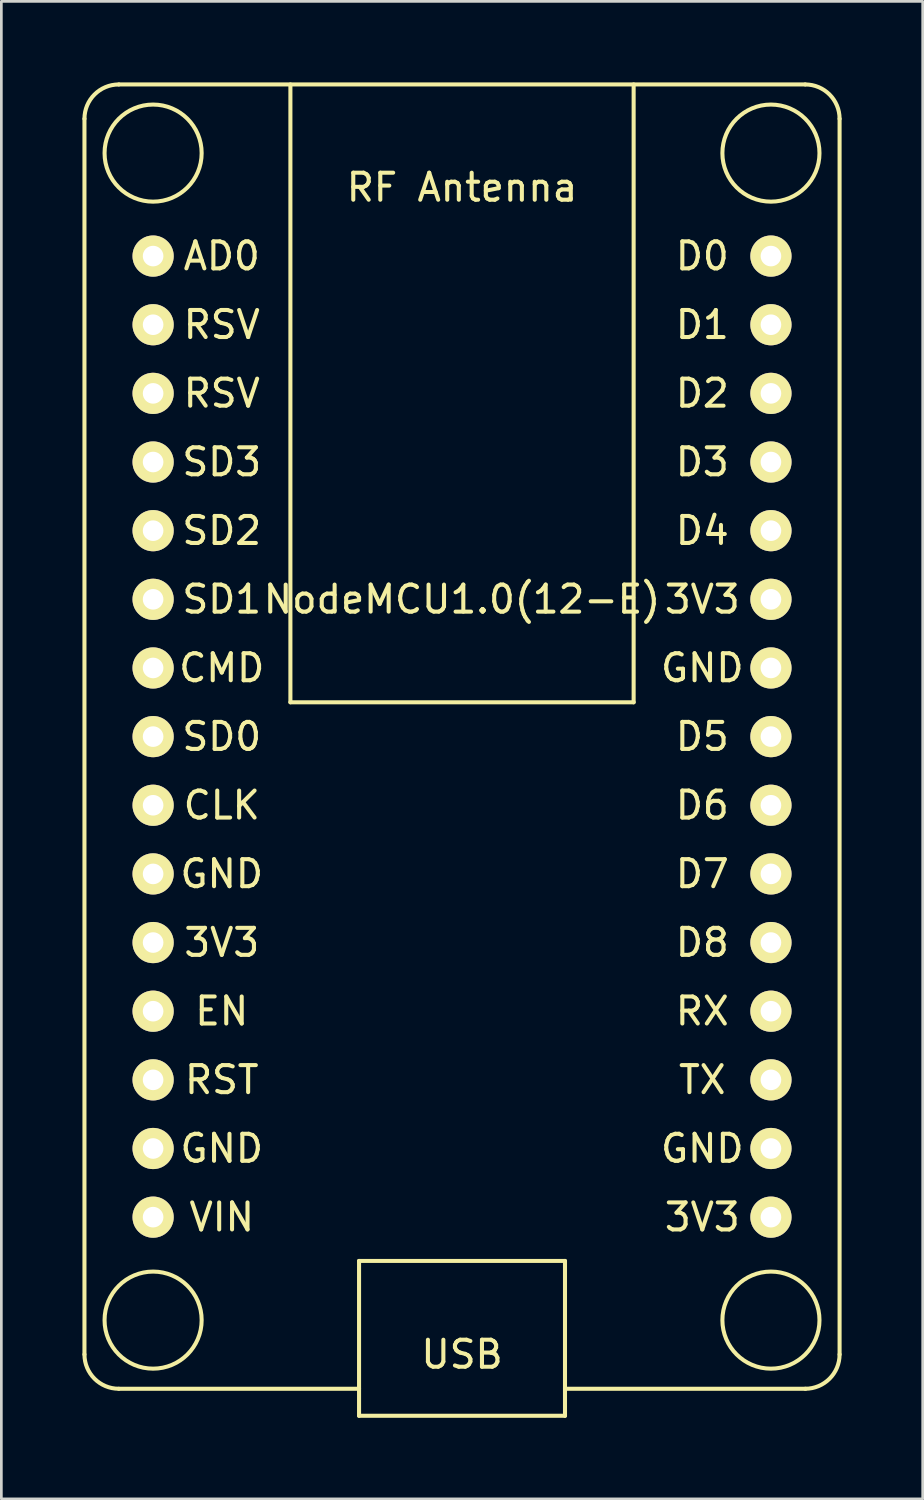
<source format=kicad_pcb>
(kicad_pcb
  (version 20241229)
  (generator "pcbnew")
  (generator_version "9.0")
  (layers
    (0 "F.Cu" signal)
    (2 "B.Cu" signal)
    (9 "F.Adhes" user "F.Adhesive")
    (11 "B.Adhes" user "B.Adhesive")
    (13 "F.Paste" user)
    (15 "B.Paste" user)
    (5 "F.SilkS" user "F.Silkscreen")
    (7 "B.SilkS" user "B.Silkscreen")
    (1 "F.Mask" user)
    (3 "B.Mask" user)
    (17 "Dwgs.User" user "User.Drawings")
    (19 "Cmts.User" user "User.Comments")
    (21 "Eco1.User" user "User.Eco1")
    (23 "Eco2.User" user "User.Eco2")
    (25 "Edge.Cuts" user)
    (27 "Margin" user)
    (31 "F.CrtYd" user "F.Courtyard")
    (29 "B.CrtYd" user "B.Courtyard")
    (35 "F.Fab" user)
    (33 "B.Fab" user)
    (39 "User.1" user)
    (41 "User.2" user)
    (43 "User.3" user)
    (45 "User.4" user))
  (footprint "NodeMCU1.0(12-E)"
    (layer "F.Cu")
    (at 12.775 24.205)
    (property "Reference" "NodeMCU1.0(12-E)" (at 1.27 -5.08 0) (layer "F.SilkS") (effects (font (size 1 1) (thickness 0.15))))
    (attr through_hole)
    (fp_line (start -12.7 -22.86) (end -12.7 22.86) (stroke (width 0.15) (type solid)) (layer "F.SilkS"))
    (fp_line (start -5.08 -1.27) (end -5.08 -24.13) (stroke (width 0.15) (type solid)) (layer "F.SilkS"))
    (fp_line (start -2.54 19.4) (end 5.08 19.4) (stroke (width 0.15) (type solid)) (layer "F.SilkS"))
    (fp_line (start -2.54 24.13) (end -11.43 24.13) (stroke (width 0.15) (type solid)) (layer "F.SilkS"))
    (fp_line (start -2.54 25.13) (end -2.54 19.4) (stroke (width 0.15) (type solid)) (layer "F.SilkS"))
    (fp_line (start 5.08 19.4) (end 5.08 25.13) (stroke (width 0.15) (type solid)) (layer "F.SilkS"))
    (fp_line (start 5.08 25.13) (end -2.54 25.13) (stroke (width 0.15) (type solid)) (layer "F.SilkS"))
    (fp_line (start 7.62 -24.13) (end 7.62 -1.27) (stroke (width 0.15) (type solid)) (layer "F.SilkS"))
    (fp_line (start 7.62 -1.27) (end -5.08 -1.27) (stroke (width 0.15) (type solid)) (layer "F.SilkS"))
    (fp_line (start 13.97 -24.13) (end -11.43 -24.13) (stroke (width 0.15) (type solid)) (layer "F.SilkS"))
    (fp_line (start 13.98 24.13) (end 5.08 24.13) (stroke (width 0.15) (type solid)) (layer "F.SilkS"))
    (fp_line (start 15.24 -22.86) (end 15.24 22.86) (stroke (width 0.15) (type solid)) (layer "F.SilkS"))
    (fp_arc (start -12.7 -22.86) (mid -12.328026 -23.758026) (end -11.43 -24.13) (stroke (width 0.15) (type solid)) (layer "F.SilkS"))
    (fp_arc (start -11.43 24.13) (mid -12.328026 23.758026) (end -12.7 22.86) (stroke (width 0.15) (type solid)) (layer "F.SilkS"))
    (fp_arc (start 13.97 -24.13) (mid 14.868026 -23.758026) (end 15.24 -22.86) (stroke (width 0.15) (type solid)) (layer "F.SilkS"))
    (fp_arc (start 15.24 22.86) (mid 14.868026 23.758026) (end 13.97 24.13) (stroke (width 0.15) (type solid)) (layer "F.SilkS"))
    (fp_circle (center -10.16 -21.59) (end -8.89 -22.86) (stroke (width 0.15) (type solid)) (fill no) (layer "F.SilkS"))
    (fp_circle (center -10.16 21.59) (end -8.89 20.32) (stroke (width 0.15) (type solid)) (fill no) (layer "F.SilkS"))
    (fp_circle (center 12.7 -21.59) (end 13.97 -22.86) (stroke (width 0.15) (type solid)) (fill no) (layer "F.SilkS"))
    (fp_circle (center 12.7 21.59) (end 13.97 20.32) (stroke (width 0.15) (type solid)) (fill no) (layer "F.SilkS"))
    (fp_text user "RST" (at -7.62 12.7 0) (layer "F.SilkS") (effects (font (size 1 1) (thickness 0.15))))
    (fp_text user "D5" (at 10.16 0 0) (layer "F.SilkS") (effects (font (size 1 1) (thickness 0.15))))
    (fp_text user "3V3" (at -7.62 7.62 0) (layer "F.SilkS") (effects (font (size 1 1) (thickness 0.15))))
    (fp_text user "RSV" (at -7.62 -12.7 0) (layer "F.SilkS") (effects (font (size 1 1) (thickness 0.15))))
    (fp_text user "RF Antenna" (at 1.27 -20.32 0) (layer "F.SilkS") (effects (font (size 1 1) (thickness 0.15))))
    (fp_text user "GND" (at -7.62 15.24 0) (layer "F.SilkS") (effects (font (size 1 1) (thickness 0.15))))
    (fp_text user "GND" (at 10.16 -2.54 0) (layer "F.SilkS") (effects (font (size 1 1) (thickness 0.15))))
    (fp_text user "D6" (at 10.16 2.54 0) (layer "F.SilkS") (effects (font (size 1 1) (thickness 0.15))))
    (fp_text user "D8" (at 10.16 7.62 0) (layer "F.SilkS") (effects (font (size 1 1) (thickness 0.15))))
    (fp_text user "RSV" (at -7.62 -15.24 0) (layer "F.SilkS") (effects (font (size 1 1) (thickness 0.15))))
    (fp_text user "CMD" (at -7.62 -2.54 0) (layer "F.SilkS") (effects (font (size 1 1) (thickness 0.15))))
    (fp_text user "VIN" (at -7.62 17.78 0) (layer "F.SilkS") (effects (font (size 1 1) (thickness 0.15))))
    (fp_text user "D2" (at 10.16 -12.7 0) (layer "F.SilkS") (effects (font (size 1 1) (thickness 0.15))))
    (fp_text user "D0" (at 10.16 -17.78 0) (layer "F.SilkS") (effects (font (size 1 1) (thickness 0.15))))
    (fp_text user "SD1" (at -7.62 -5.08 0) (layer "F.SilkS") (effects (font (size 1 1) (thickness 0.15))))
    (fp_text user "GND" (at 10.16 15.24 0) (layer "F.SilkS") (effects (font (size 1 1) (thickness 0.15))))
    (fp_text user "SD0" (at -7.62 0 0) (layer "F.SilkS") (effects (font (size 1 1) (thickness 0.15))))
    (fp_text user "SD2" (at -7.62 -7.62 0) (layer "F.SilkS") (effects (font (size 1 1) (thickness 0.15))))
    (fp_text user "EN" (at -7.62 10.16 0) (layer "F.SilkS") (effects (font (size 1 1) (thickness 0.15))))
    (fp_text user "D3" (at 10.16 -10.16 0) (layer "F.SilkS") (effects (font (size 1 1) (thickness 0.15))))
    (fp_text user "TX" (at 10.16 12.7 0) (layer "F.SilkS") (effects (font (size 1 1) (thickness 0.15))))
    (fp_text user "D7" (at 10.16 5.08 0) (layer "F.SilkS") (effects (font (size 1 1) (thickness 0.15))))
    (fp_text user "D4" (at 10.16 -7.62 0) (layer "F.SilkS") (effects (font (size 1 1) (thickness 0.15))))
    (fp_text user "CLK" (at -7.62 2.54 0) (layer "F.SilkS") (effects (font (size 1 1) (thickness 0.15))))
    (fp_text user "AD0" (at -7.62 -17.78 0) (layer "F.SilkS") (effects (font (size 1 1) (thickness 0.15))))
    (fp_text user "3V3" (at 10.16 17.78 0) (layer "F.SilkS") (effects (font (size 1 1) (thickness 0.15))))
    (fp_text user "RX" (at 10.16 10.16 0) (layer "F.SilkS") (effects (font (size 1 1) (thickness 0.15))))
    (fp_text user "SD3" (at -7.62 -10.16 0) (layer "F.SilkS") (effects (font (size 1 1) (thickness 0.15))))
    (fp_text user "3V3" (at 10.16 -5.08 0) (layer "F.SilkS") (effects (font (size 1 1) (thickness 0.15))))
    (fp_text user "D1" (at 10.16 -15.24 0) (layer "F.SilkS") (effects (font (size 1 1) (thickness 0.15))))
    (fp_text user "USB" (at 1.27 22.86 0) (layer "F.SilkS") (effects (font (size 1 1) (thickness 0.15))))
    (fp_text user "GND" (at -7.62 5.08 0) (layer "F.SilkS") (effects (font (size 1 1) (thickness 0.15))))
    (pad "1" thru_hole circle (at -10.16 -17.78) (size 1.524 1.524) (drill 0.762) (layers "*.Cu" "*.Mask" "F.SilkS"))
    (pad "2" thru_hole circle (at -10.16 -15.24) (size 1.524 1.524) (drill 0.762) (layers "*.Cu" "*.Mask" "F.SilkS"))
    (pad "3" thru_hole circle (at -10.16 -12.7) (size 1.524 1.524) (drill 0.762) (layers "*.Cu" "*.Mask" "F.SilkS"))
    (pad "4" thru_hole circle (at -10.16 -10.16) (size 1.524 1.524) (drill 0.762) (layers "*.Cu" "*.Mask" "F.SilkS"))
    (pad "5" thru_hole circle (at -10.16 -7.62) (size 1.524 1.524) (drill 0.762) (layers "*.Cu" "*.Mask" "F.SilkS"))
    (pad "6" thru_hole circle (at -10.16 -5.08) (size 1.524 1.524) (drill 0.762) (layers "*.Cu" "*.Mask" "F.SilkS"))
    (pad "7" thru_hole circle (at -10.16 -2.54) (size 1.524 1.524) (drill 0.762) (layers "*.Cu" "*.Mask" "F.SilkS"))
    (pad "8" thru_hole circle (at -10.16 0) (size 1.524 1.524) (drill 0.762) (layers "*.Cu" "*.Mask" "F.SilkS"))
    (pad "9" thru_hole circle (at -10.16 2.54) (size 1.524 1.524) (drill 0.762) (layers "*.Cu" "*.Mask" "F.SilkS"))
    (pad "10" thru_hole circle (at -10.16 5.08) (size 1.524 1.524) (drill 0.762) (layers "*.Cu" "*.Mask" "F.SilkS"))
    (pad "11" thru_hole circle (at -10.16 7.62) (size 1.524 1.524) (drill 0.762) (layers "*.Cu" "*.Mask" "F.SilkS"))
    (pad "12" thru_hole circle (at -10.16 10.16) (size 1.524 1.524) (drill 0.762) (layers "*.Cu" "*.Mask" "F.SilkS"))
    (pad "13" thru_hole circle (at -10.16 12.7) (size 1.524 1.524) (drill 0.762) (layers "*.Cu" "*.Mask" "F.SilkS"))
    (pad "14" thru_hole circle (at -10.16 15.24) (size 1.524 1.524) (drill 0.762) (layers "*.Cu" "*.Mask" "F.SilkS"))
    (pad "15" thru_hole circle (at -10.16 17.78) (size 1.524 1.524) (drill 0.762) (layers "*.Cu" "*.Mask" "F.SilkS"))
    (pad "16" thru_hole circle (at 12.7 17.78) (size 1.524 1.524) (drill 0.762) (layers "*.Cu" "*.Mask" "F.SilkS"))
    (pad "17" thru_hole circle (at 12.7 15.24) (size 1.524 1.524) (drill 0.762) (layers "*.Cu" "*.Mask" "F.SilkS"))
    (pad "18" thru_hole circle (at 12.7 12.7) (size 1.524 1.524) (drill 0.762) (layers "*.Cu" "*.Mask" "F.SilkS"))
    (pad "19" thru_hole circle (at 12.7 10.16) (size 1.524 1.524) (drill 0.762) (layers "*.Cu" "*.Mask" "F.SilkS"))
    (pad "20" thru_hole circle (at 12.7 7.62) (size 1.524 1.524) (drill 0.762) (layers "*.Cu" "*.Mask" "F.SilkS"))
    (pad "21" thru_hole circle (at 12.7 5.08) (size 1.524 1.524) (drill 0.762) (layers "*.Cu" "*.Mask" "F.SilkS"))
    (pad "22" thru_hole circle (at 12.7 2.54) (size 1.524 1.524) (drill 0.762) (layers "*.Cu" "*.Mask" "F.SilkS"))
    (pad "23" thru_hole circle (at 12.7 0) (size 1.524 1.524) (drill 0.762) (layers "*.Cu" "*.Mask" "F.SilkS"))
    (pad "24" thru_hole circle (at 12.7 -2.54) (size 1.524 1.524) (drill 0.762) (layers "*.Cu" "*.Mask" "F.SilkS"))
    (pad "25" thru_hole circle (at 12.7 -5.08) (size 1.524 1.524) (drill 0.762) (layers "*.Cu" "*.Mask" "F.SilkS"))
    (pad "26" thru_hole circle (at 12.7 -7.62) (size 1.524 1.524) (drill 0.762) (layers "*.Cu" "*.Mask" "F.SilkS"))
    (pad "27" thru_hole circle (at 12.7 -10.16) (size 1.524 1.524) (drill 0.762) (layers "*.Cu" "*.Mask" "F.SilkS"))
    (pad "28" thru_hole circle (at 12.7 -12.7) (size 1.524 1.524) (drill 0.762) (layers "*.Cu" "*.Mask" "F.SilkS"))
    (pad "29" thru_hole circle (at 12.7 -15.24) (size 1.524 1.524) (drill 0.762) (layers "*.Cu" "*.Mask" "F.SilkS"))
    (pad "30" thru_hole circle (at 12.7 -17.78) (size 1.524 1.524) (drill 0.762) (layers "*.Cu" "*.Mask" "F.SilkS")))
  (gr_rect
    (start -3 -3)
    (end 31.09 52.41)
    (stroke (width 0.1) (type default))
    (fill no)
    (layer "Edge.Cuts")))
</source>
